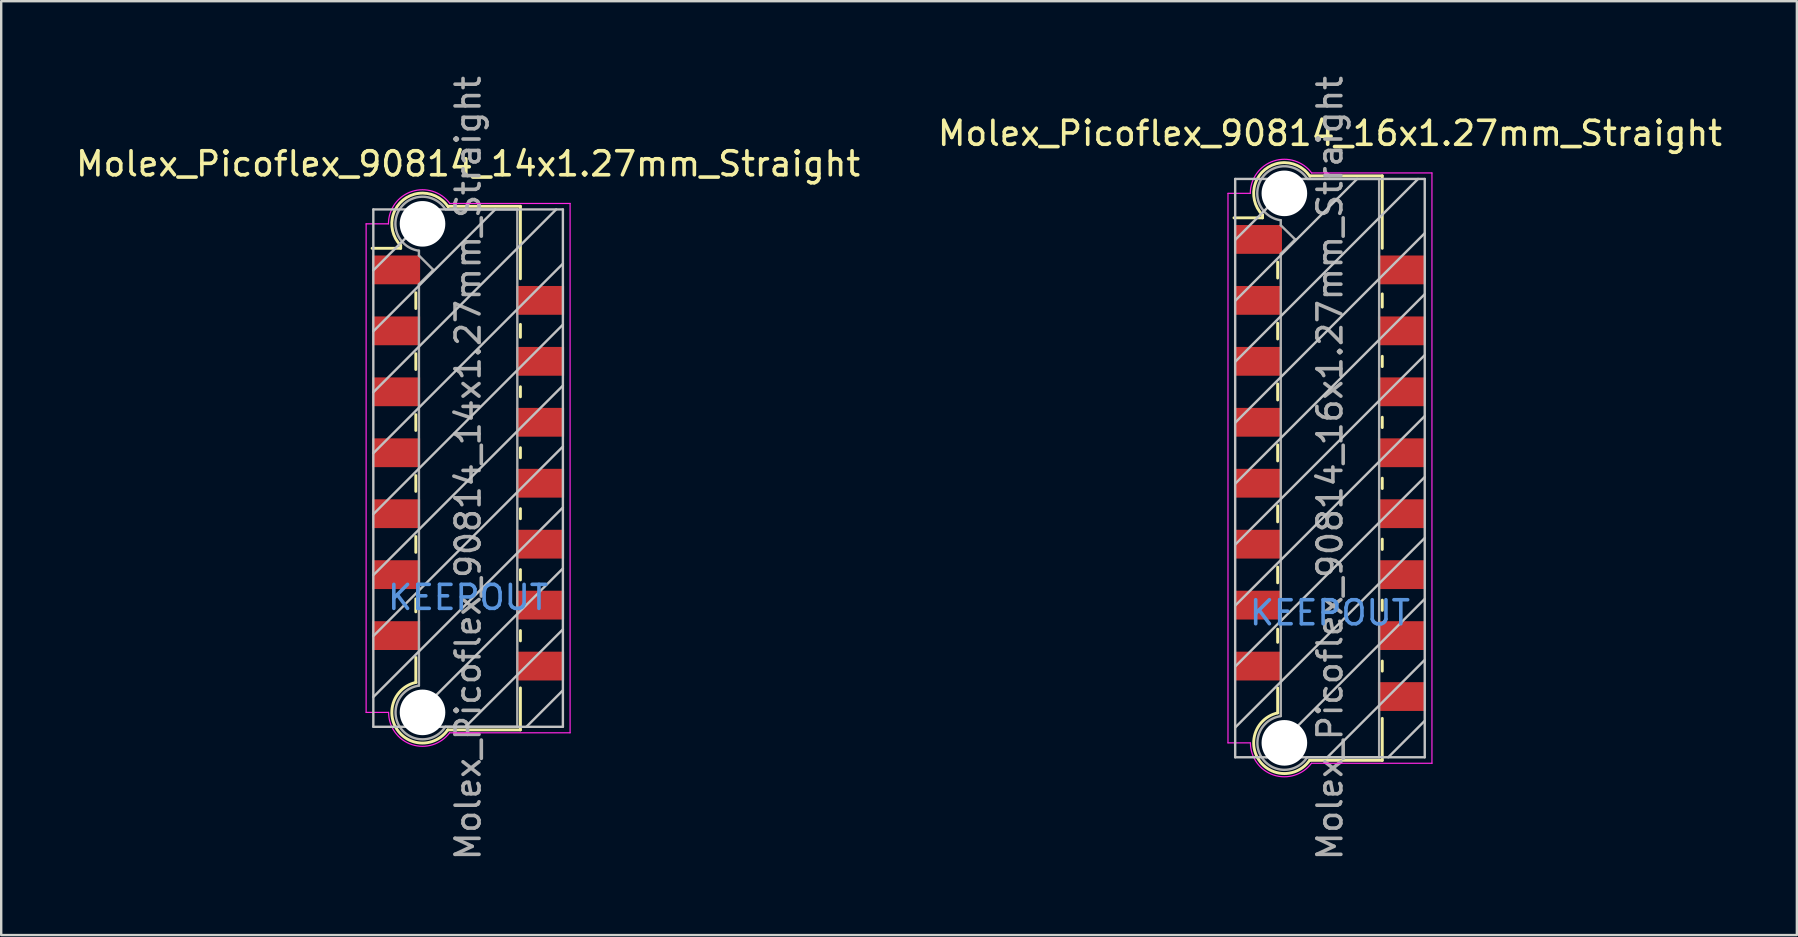
<source format=kicad_pcb>
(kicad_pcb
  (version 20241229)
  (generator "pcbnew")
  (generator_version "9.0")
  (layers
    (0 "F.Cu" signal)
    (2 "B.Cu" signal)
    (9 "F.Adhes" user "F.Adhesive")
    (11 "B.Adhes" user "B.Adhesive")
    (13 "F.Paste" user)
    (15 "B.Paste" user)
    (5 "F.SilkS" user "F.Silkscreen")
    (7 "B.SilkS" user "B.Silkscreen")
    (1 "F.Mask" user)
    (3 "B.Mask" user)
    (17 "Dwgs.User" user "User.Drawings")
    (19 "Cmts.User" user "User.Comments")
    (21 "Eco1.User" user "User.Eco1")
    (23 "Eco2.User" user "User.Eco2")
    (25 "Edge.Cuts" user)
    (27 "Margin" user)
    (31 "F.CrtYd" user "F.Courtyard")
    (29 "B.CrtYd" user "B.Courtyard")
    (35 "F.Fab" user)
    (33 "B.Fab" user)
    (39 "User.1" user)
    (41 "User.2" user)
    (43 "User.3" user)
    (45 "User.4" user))
  (footprint "Molex_Picoflex_90814_14x1.27mm_Straight"
    (layer "F.Cu")
    (at 16.458 16.458)
    (property "Reference" "Molex_Picoflex_90814_14x1.27mm_Straight" (at 0 -12.68 0) (layer "F.SilkS") (effects (font (size 1 1) (thickness 0.15))))
    (attr smd)
    (fp_line (start -2.81 -9.28) (end -2.81 -9.16) (stroke (width 0.12) (type solid)) (layer "F.SilkS"))
    (fp_line (start -2.81 -9.16) (end -4 -9.16) (stroke (width 0.12) (type solid)) (layer "F.SilkS"))
    (fp_line (start -2.18 -6.65) (end -2.18 -7.31) (stroke (width 0.12) (type solid)) (layer "F.SilkS"))
    (fp_line (start -2.18 -4.11) (end -2.18 -4.77) (stroke (width 0.12) (type solid)) (layer "F.SilkS"))
    (fp_line (start -2.18 -1.57) (end -2.18 -2.23) (stroke (width 0.12) (type solid)) (layer "F.SilkS"))
    (fp_line (start -2.18 0.97) (end -2.18 0.31) (stroke (width 0.12) (type solid)) (layer "F.SilkS"))
    (fp_line (start -2.18 3.51) (end -2.18 2.85) (stroke (width 0.12) (type solid)) (layer "F.SilkS"))
    (fp_line (start -2.18 5.99) (end -2.18 5.45) (stroke (width 0.12) (type solid)) (layer "F.SilkS"))
    (fp_line (start -2.18 8.93) (end -2.18 7.89) (stroke (width 0.12) (type solid)) (layer "F.SilkS"))
    (fp_line (start 2.18 -10.91) (end -0.82 -10.91) (stroke (width 0.12) (type solid)) (layer "F.SilkS"))
    (fp_line (start 2.18 -10.91) (end 2.18 -7.89) (stroke (width 0.12) (type solid)) (layer "F.SilkS"))
    (fp_line (start 2.18 -5.99) (end 2.18 -5.45) (stroke (width 0.12) (type solid)) (layer "F.SilkS"))
    (fp_line (start 2.18 -3.39) (end 2.18 -2.97) (stroke (width 0.12) (type solid)) (layer "F.SilkS"))
    (fp_line (start 2.18 -0.85) (end 2.18 -0.43) (stroke (width 0.12) (type solid)) (layer "F.SilkS"))
    (fp_line (start 2.18 1.69) (end 2.18 2.11) (stroke (width 0.12) (type solid)) (layer "F.SilkS"))
    (fp_line (start 2.18 4.23) (end 2.18 4.66) (stroke (width 0.12) (type solid)) (layer "F.SilkS"))
    (fp_line (start 2.18 6.77) (end 2.18 7.2) (stroke (width 0.12) (type solid)) (layer "F.SilkS"))
    (fp_line (start 2.18 9.16) (end 2.18 10.91) (stroke (width 0.12) (type solid)) (layer "F.SilkS"))
    (fp_line (start 2.18 10.91) (end -0.85 10.91) (stroke (width 0.12) (type solid)) (layer "F.SilkS"))
    (fp_arc (start -2.81 -9.28) (mid -2.708637 -11.172072) (end -0.834991 -10.889828) (stroke (width 0.12) (type solid)) (layer "F.SilkS"))
    (fp_arc (start -0.85 10.91) (mid -2.962791 10.891248) (end -2.174424 8.930964) (stroke (width 0.12) (type solid)) (layer "F.SilkS"))
    (fp_line (start -3.95 -10.78) (end -3.95 10.78) (stroke (width 0.1) (type solid)) (layer "Dwgs.User"))
    (fp_line (start -3.95 -8.24) (end -1.41 -10.78) (stroke (width 0.1) (type solid)) (layer "Dwgs.User"))
    (fp_line (start -3.95 -5.7) (end 1.13 -10.78) (stroke (width 0.1) (type solid)) (layer "Dwgs.User"))
    (fp_line (start -3.95 -3.16) (end 3.67 -10.78) (stroke (width 0.1) (type solid)) (layer "Dwgs.User"))
    (fp_line (start -3.95 -0.62) (end 3.95 -8.52) (stroke (width 0.1) (type solid)) (layer "Dwgs.User"))
    (fp_line (start -3.95 1.92) (end 3.95 -5.98) (stroke (width 0.1) (type solid)) (layer "Dwgs.User"))
    (fp_line (start -3.95 4.46) (end 3.95 -3.44) (stroke (width 0.1) (type solid)) (layer "Dwgs.User"))
    (fp_line (start -3.95 7) (end 3.95 -0.9) (stroke (width 0.1) (type solid)) (layer "Dwgs.User"))
    (fp_line (start -3.95 9.54) (end 3.95 1.64) (stroke (width 0.1) (type solid)) (layer "Dwgs.User"))
    (fp_line (start -3.95 10.78) (end 3.95 10.78) (stroke (width 0.1) (type solid)) (layer "Dwgs.User"))
    (fp_line (start -2.65 10.78) (end 3.95 4.18) (stroke (width 0.1) (type solid)) (layer "Dwgs.User"))
    (fp_line (start -0.11 10.78) (end 3.95 6.72) (stroke (width 0.1) (type solid)) (layer "Dwgs.User"))
    (fp_line (start 2.43 10.78) (end 3.95 9.26) (stroke (width 0.1) (type solid)) (layer "Dwgs.User"))
    (fp_line (start 3.95 -10.78) (end -3.95 -10.78) (stroke (width 0.1) (type solid)) (layer "Dwgs.User"))
    (fp_line (start 3.95 10.78) (end 3.95 -10.78) (stroke (width 0.1) (type solid)) (layer "Dwgs.User"))
    (fp_line (start -4.25 10.18) (end -4.25 -10.18) (stroke (width 0.05) (type solid)) (layer "F.CrtYd"))
    (fp_line (start -3.32 -10.18) (end -4.25 -10.18) (stroke (width 0.05) (type solid)) (layer "F.CrtYd"))
    (fp_line (start -3.32 10.18) (end -4.25 10.18) (stroke (width 0.05) (type solid)) (layer "F.CrtYd"))
    (fp_line (start 4.25 -11.03) (end -0.76 -11.03) (stroke (width 0.05) (type solid)) (layer "F.CrtYd"))
    (fp_line (start 4.25 -11.03) (end 4.25 11.03) (stroke (width 0.05) (type solid)) (layer "F.CrtYd"))
    (fp_line (start 4.25 11.03) (end -0.77 11.03) (stroke (width 0.05) (type solid)) (layer "F.CrtYd"))
    (fp_arc (start -3.32 -10.18) (mid -2.344692 -11.528573) (end -0.758523 -11.024648) (stroke (width 0.05) (type solid)) (layer "F.CrtYd"))
    (fp_arc (start -0.77 11.03) (mid -2.348691 11.520924) (end -3.314001 10.178743) (stroke (width 0.05) (type solid)) (layer "F.CrtYd"))
    (fp_line (start -2.05 -8.86) (end -2.05 -9.06) (stroke (width 0.1) (type solid)) (layer "F.Fab"))
    (fp_line (start -2.05 -7.66) (end -1.45 -8.26) (stroke (width 0.1) (type solid)) (layer "F.Fab"))
    (fp_line (start -2.05 9.06) (end -2.05 -7.66) (stroke (width 0.1) (type solid)) (layer "F.Fab"))
    (fp_line (start -1.45 -8.26) (end -2.05 -8.86) (stroke (width 0.1) (type solid)) (layer "F.Fab"))
    (fp_line (start 2.05 -10.78) (end -0.93 -10.78) (stroke (width 0.1) (type solid)) (layer "F.Fab"))
    (fp_line (start 2.05 -10.78) (end 2.05 10.78) (stroke (width 0.1) (type solid)) (layer "F.Fab"))
    (fp_line (start 2.05 10.78) (end -0.95 10.78) (stroke (width 0.1) (type solid)) (layer "F.Fab"))
    (fp_arc (start -2.05 -9.06) (mid -2.851672 -10.789279) (end -0.945612 -10.785015) (stroke (width 0.1) (type solid)) (layer "F.Fab"))
    (fp_arc (start -0.95 10.78) (mid -2.845272 10.787422) (end -2.051022 9.066585) (stroke (width 0.1) (type solid)) (layer "F.Fab"))
    (fp_text user "KEEPOUT" (at 0 5.39 0) (layer "Cmts.User") (effects (font (size 1 1) (thickness 0.15))))
    (fp_text user "${REFERENCE}" (at 0 0 90) (layer "F.Fab") (effects (font (size 1 1) (thickness 0.15))))
    (pad "" np_thru_hole circle (at -1.9 -10.18) (size 1.9 1.9) (drill 1.9) (layers "*.Cu"))
    (pad "" np_thru_hole circle (at -1.9 10.18) (size 1.9 1.9) (drill 1.9) (layers "*.Cu"))
    (pad "1" smd rect (at -3 -8.26) (size 2 1.2) (layers "F.Cu" "F.Mask" "F.Paste"))
    (pad "2" smd rect (at 3 -6.99) (size 2 1.2) (layers "F.Cu" "F.Mask" "F.Paste"))
    (pad "3" smd rect (at -3 -5.72) (size 2 1.2) (layers "F.Cu" "F.Mask" "F.Paste"))
    (pad "4" smd rect (at 3 -4.45) (size 2 1.2) (layers "F.Cu" "F.Mask" "F.Paste"))
    (pad "5" smd rect (at -3 -3.18) (size 2 1.2) (layers "F.Cu" "F.Mask" "F.Paste"))
    (pad "6" smd rect (at 3 -1.91) (size 2 1.2) (layers "F.Cu" "F.Mask" "F.Paste"))
    (pad "7" smd rect (at -3 -0.64) (size 2 1.2) (layers "F.Cu" "F.Mask" "F.Paste"))
    (pad "8" smd rect (at 3 0.63) (size 2 1.2) (layers "F.Cu" "F.Mask" "F.Paste"))
    (pad "9" smd rect (at -3 1.9) (size 2 1.2) (layers "F.Cu" "F.Mask" "F.Paste"))
    (pad "10" smd rect (at 3 3.17) (size 2 1.2) (layers "F.Cu" "F.Mask" "F.Paste"))
    (pad "11" smd rect (at -3 4.44) (size 2 1.2) (layers "F.Cu" "F.Mask" "F.Paste"))
    (pad "12" smd rect (at 3 5.71) (size 2 1.2) (layers "F.Cu" "F.Mask" "F.Paste"))
    (pad "13" smd rect (at -3 6.98) (size 2 1.2) (layers "F.Cu" "F.Mask" "F.Paste"))
    (pad "14" smd rect (at 3 8.25) (size 2 1.2) (layers "F.Cu" "F.Mask" "F.Paste")))
  (footprint "Molex_Picoflex_90814_16x1.27mm_Straight"
    (layer "F.Cu")
    (at 52.375 16.458)
    (property "Reference" "Molex_Picoflex_90814_16x1.27mm_Straight" (at 0 -13.95 0) (layer "F.SilkS") (effects (font (size 1 1) (thickness 0.15))))
    (attr smd)
    (fp_line (start -2.81 -10.55) (end -2.81 -10.43) (stroke (width 0.12) (type solid)) (layer "F.SilkS"))
    (fp_line (start -2.81 -10.43) (end -4 -10.43) (stroke (width 0.12) (type solid)) (layer "F.SilkS"))
    (fp_line (start -2.18 -7.92) (end -2.18 -8.59) (stroke (width 0.12) (type solid)) (layer "F.SilkS"))
    (fp_line (start -2.18 -5.38) (end -2.18 -6.04) (stroke (width 0.12) (type solid)) (layer "F.SilkS"))
    (fp_line (start -2.18 -2.84) (end -2.18 -3.51) (stroke (width 0.12) (type solid)) (layer "F.SilkS"))
    (fp_line (start -2.18 -0.3) (end -2.18 -0.97) (stroke (width 0.12) (type solid)) (layer "F.SilkS"))
    (fp_line (start -2.18 2.24) (end -2.18 1.57) (stroke (width 0.12) (type solid)) (layer "F.SilkS"))
    (fp_line (start -2.18 4.78) (end -2.18 4.12) (stroke (width 0.12) (type solid)) (layer "F.SilkS"))
    (fp_line (start -2.18 7.26) (end -2.18 6.71) (stroke (width 0.12) (type solid)) (layer "F.SilkS"))
    (fp_line (start -2.18 10.2) (end -2.18 9.16) (stroke (width 0.12) (type solid)) (layer "F.SilkS"))
    (fp_line (start 2.18 -12.18) (end -0.82 -12.18) (stroke (width 0.12) (type solid)) (layer "F.SilkS"))
    (fp_line (start 2.18 -12.18) (end 2.18 -9.16) (stroke (width 0.12) (type solid)) (layer "F.SilkS"))
    (fp_line (start 2.18 -7.26) (end 2.18 -6.71) (stroke (width 0.12) (type solid)) (layer "F.SilkS"))
    (fp_line (start 2.18 -4.66) (end 2.18 -4.23) (stroke (width 0.12) (type solid)) (layer "F.SilkS"))
    (fp_line (start 2.18 -2.12) (end 2.18 -1.69) (stroke (width 0.12) (type solid)) (layer "F.SilkS"))
    (fp_line (start 2.18 0.42) (end 2.18 0.85) (stroke (width 0.12) (type solid)) (layer "F.SilkS"))
    (fp_line (start 2.18 2.96) (end 2.18 3.39) (stroke (width 0.12) (type solid)) (layer "F.SilkS"))
    (fp_line (start 2.18 5.5) (end 2.18 5.93) (stroke (width 0.12) (type solid)) (layer "F.SilkS"))
    (fp_line (start 2.18 8.04) (end 2.18 8.46) (stroke (width 0.12) (type solid)) (layer "F.SilkS"))
    (fp_line (start 2.18 10.43) (end 2.18 12.18) (stroke (width 0.12) (type solid)) (layer "F.SilkS"))
    (fp_line (start 2.18 12.18) (end -0.85 12.18) (stroke (width 0.12) (type solid)) (layer "F.SilkS"))
    (fp_arc (start -2.81 -10.55) (mid -2.708637 -12.442072) (end -0.834991 -12.159828) (stroke (width 0.12) (type solid)) (layer "F.SilkS"))
    (fp_arc (start -0.85 12.18) (mid -2.962791 12.161248) (end -2.174424 10.200964) (stroke (width 0.12) (type solid)) (layer "F.SilkS"))
    (fp_line (start -3.95 -12.05) (end -3.95 12.05) (stroke (width 0.1) (type solid)) (layer "Dwgs.User"))
    (fp_line (start -3.95 -9.51) (end -1.41 -12.05) (stroke (width 0.1) (type solid)) (layer "Dwgs.User"))
    (fp_line (start -3.95 -6.97) (end 1.13 -12.05) (stroke (width 0.1) (type solid)) (layer "Dwgs.User"))
    (fp_line (start -3.95 -4.43) (end 3.67 -12.05) (stroke (width 0.1) (type solid)) (layer "Dwgs.User"))
    (fp_line (start -3.95 -1.89) (end 3.95 -9.79) (stroke (width 0.1) (type solid)) (layer "Dwgs.User"))
    (fp_line (start -3.95 0.65) (end 3.95 -7.25) (stroke (width 0.1) (type solid)) (layer "Dwgs.User"))
    (fp_line (start -3.95 3.19) (end 3.95 -4.71) (stroke (width 0.1) (type solid)) (layer "Dwgs.User"))
    (fp_line (start -3.95 5.73) (end 3.95 -2.17) (stroke (width 0.1) (type solid)) (layer "Dwgs.User"))
    (fp_line (start -3.95 8.27) (end 3.95 0.37) (stroke (width 0.1) (type solid)) (layer "Dwgs.User"))
    (fp_line (start -3.95 10.81) (end 3.95 2.91) (stroke (width 0.1) (type solid)) (layer "Dwgs.User"))
    (fp_line (start -3.95 12.05) (end 3.95 12.05) (stroke (width 0.1) (type solid)) (layer "Dwgs.User"))
    (fp_line (start -2.65 12.05) (end 3.95 5.45) (stroke (width 0.1) (type solid)) (layer "Dwgs.User"))
    (fp_line (start -0.11 12.05) (end 3.95 7.99) (stroke (width 0.1) (type solid)) (layer "Dwgs.User"))
    (fp_line (start 2.43 12.05) (end 3.95 10.53) (stroke (width 0.1) (type solid)) (layer "Dwgs.User"))
    (fp_line (start 3.95 -12.05) (end -3.95 -12.05) (stroke (width 0.1) (type solid)) (layer "Dwgs.User"))
    (fp_line (start 3.95 12.05) (end 3.95 -12.05) (stroke (width 0.1) (type solid)) (layer "Dwgs.User"))
    (fp_line (start -4.25 11.45) (end -4.25 -11.45) (stroke (width 0.05) (type solid)) (layer "F.CrtYd"))
    (fp_line (start -3.32 -11.45) (end -4.25 -11.45) (stroke (width 0.05) (type solid)) (layer "F.CrtYd"))
    (fp_line (start -3.32 11.45) (end -4.25 11.45) (stroke (width 0.05) (type solid)) (layer "F.CrtYd"))
    (fp_line (start 4.25 -12.3) (end -0.76 -12.3) (stroke (width 0.05) (type solid)) (layer "F.CrtYd"))
    (fp_line (start 4.25 -12.3) (end 4.25 12.3) (stroke (width 0.05) (type solid)) (layer "F.CrtYd"))
    (fp_line (start 4.25 12.3) (end -0.77 12.3) (stroke (width 0.05) (type solid)) (layer "F.CrtYd"))
    (fp_arc (start -3.32 -11.45) (mid -2.344692 -12.798573) (end -0.758523 -12.294648) (stroke (width 0.05) (type solid)) (layer "F.CrtYd"))
    (fp_arc (start -0.77 12.3) (mid -2.348691 12.790924) (end -3.314001 11.448743) (stroke (width 0.05) (type solid)) (layer "F.CrtYd"))
    (fp_line (start -2.05 -10.12) (end -2.05 -10.33) (stroke (width 0.1) (type solid)) (layer "F.Fab"))
    (fp_line (start -2.05 -8.93) (end -1.45 -9.53) (stroke (width 0.1) (type solid)) (layer "F.Fab"))
    (fp_line (start -2.05 10.33) (end -2.05 -8.93) (stroke (width 0.1) (type solid)) (layer "F.Fab"))
    (fp_line (start -1.45 -9.53) (end -2.05 -10.12) (stroke (width 0.1) (type solid)) (layer "F.Fab"))
    (fp_line (start 2.05 -12.05) (end -0.93 -12.05) (stroke (width 0.1) (type solid)) (layer "F.Fab"))
    (fp_line (start 2.05 -12.05) (end 2.05 12.05) (stroke (width 0.1) (type solid)) (layer "F.Fab"))
    (fp_line (start 2.05 12.05) (end -0.95 12.05) (stroke (width 0.1) (type solid)) (layer "F.Fab"))
    (fp_arc (start -2.05 -10.33) (mid -2.851672 -12.059279) (end -0.945612 -12.055015) (stroke (width 0.1) (type solid)) (layer "F.Fab"))
    (fp_arc (start -0.95 12.05) (mid -2.845272 12.057422) (end -2.051022 10.336585) (stroke (width 0.1) (type solid)) (layer "F.Fab"))
    (fp_text user "KEEPOUT" (at 0 6.03 0) (layer "Cmts.User") (effects (font (size 1 1) (thickness 0.15))))
    (fp_text user "${REFERENCE}" (at 0 0 90) (layer "F.Fab") (effects (font (size 1 1) (thickness 0.15))))
    (pad "" np_thru_hole circle (at -1.9 -11.45) (size 1.9 1.9) (drill 1.9) (layers "*.Cu"))
    (pad "" np_thru_hole circle (at -1.9 11.45) (size 1.9 1.9) (drill 1.9) (layers "*.Cu"))
    (pad "1" smd rect (at -3 -9.53) (size 2 1.2) (layers "F.Cu" "F.Mask" "F.Paste"))
    (pad "2" smd rect (at 3 -8.26) (size 2 1.2) (layers "F.Cu" "F.Mask" "F.Paste"))
    (pad "3" smd rect (at -3 -6.99) (size 2 1.2) (layers "F.Cu" "F.Mask" "F.Paste"))
    (pad "4" smd rect (at 3 -5.72) (size 2 1.2) (layers "F.Cu" "F.Mask" "F.Paste"))
    (pad "5" smd rect (at -3 -4.45) (size 2 1.2) (layers "F.Cu" "F.Mask" "F.Paste"))
    (pad "6" smd rect (at 3 -3.18) (size 2 1.2) (layers "F.Cu" "F.Mask" "F.Paste"))
    (pad "7" smd rect (at -3 -1.91) (size 2 1.2) (layers "F.Cu" "F.Mask" "F.Paste"))
    (pad "8" smd rect (at 3 -0.64) (size 2 1.2) (layers "F.Cu" "F.Mask" "F.Paste"))
    (pad "9" smd rect (at -3 0.63) (size 2 1.2) (layers "F.Cu" "F.Mask" "F.Paste"))
    (pad "10" smd rect (at 3 1.9) (size 2 1.2) (layers "F.Cu" "F.Mask" "F.Paste"))
    (pad "11" smd rect (at -3 3.17) (size 2 1.2) (layers "F.Cu" "F.Mask" "F.Paste"))
    (pad "12" smd rect (at 3 4.44) (size 2 1.2) (layers "F.Cu" "F.Mask" "F.Paste"))
    (pad "13" smd rect (at -3 5.71) (size 2 1.2) (layers "F.Cu" "F.Mask" "F.Paste"))
    (pad "14" smd rect (at 3 6.98) (size 2 1.2) (layers "F.Cu" "F.Mask" "F.Paste"))
    (pad "15" smd rect (at -3 8.25) (size 2 1.2) (layers "F.Cu" "F.Mask" "F.Paste"))
    (pad "16" smd rect (at 3 9.52) (size 2 1.2) (layers "F.Cu" "F.Mask" "F.Paste")))
  (gr_rect
    (start -3 -3)
    (end 71.833 35.917)
    (stroke (width 0.1) (type default))
    (fill no)
    (layer "Edge.Cuts")))
</source>
